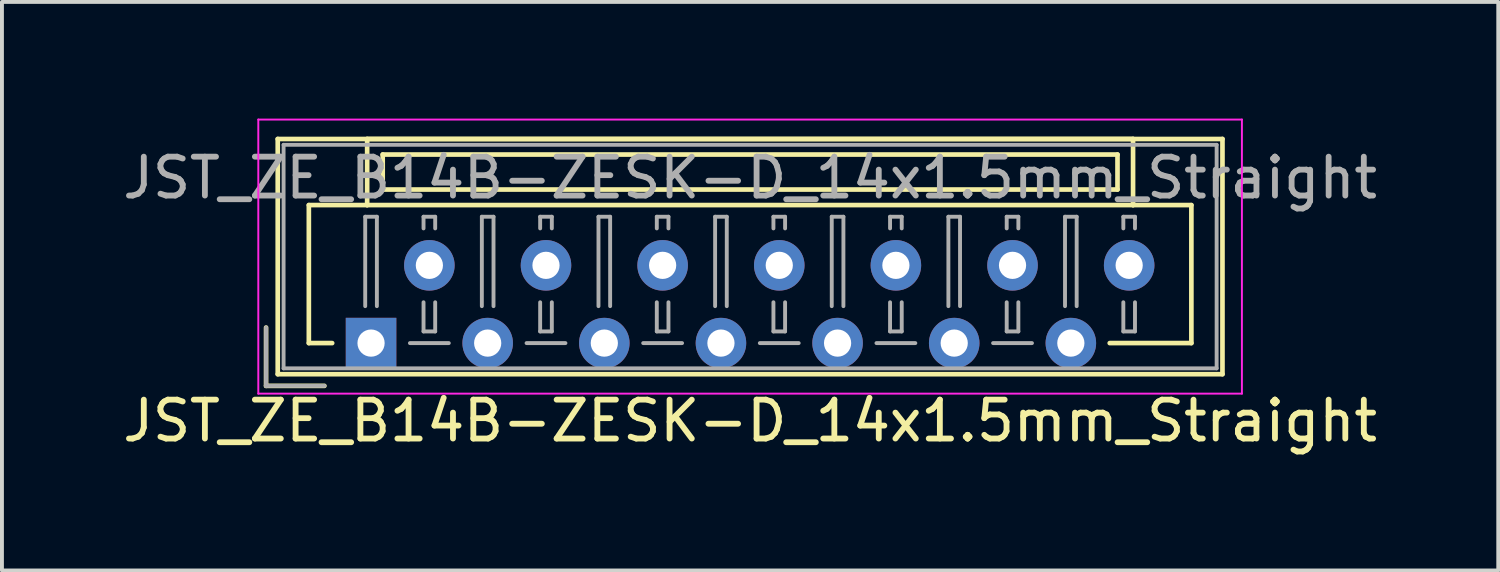
<source format=kicad_pcb>
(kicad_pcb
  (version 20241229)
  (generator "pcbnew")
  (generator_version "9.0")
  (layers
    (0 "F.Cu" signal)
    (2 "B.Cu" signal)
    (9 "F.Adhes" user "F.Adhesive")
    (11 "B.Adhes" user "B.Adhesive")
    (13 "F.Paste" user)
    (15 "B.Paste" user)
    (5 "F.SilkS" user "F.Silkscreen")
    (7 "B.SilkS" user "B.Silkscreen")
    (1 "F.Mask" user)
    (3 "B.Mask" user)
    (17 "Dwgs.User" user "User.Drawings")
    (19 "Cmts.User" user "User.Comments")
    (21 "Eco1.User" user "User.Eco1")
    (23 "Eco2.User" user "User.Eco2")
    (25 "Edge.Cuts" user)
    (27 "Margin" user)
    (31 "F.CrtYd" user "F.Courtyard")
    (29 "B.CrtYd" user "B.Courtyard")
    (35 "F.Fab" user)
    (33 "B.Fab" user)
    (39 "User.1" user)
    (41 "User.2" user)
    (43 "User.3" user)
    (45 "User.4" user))
  (footprint "JST_ZE_B14B-ZESK-D_14x1.5mm_Straight"
    (layer "F.Cu")
    (at 6.494 5.775)
    (property "Reference" "JST_ZE_B14B-ZESK-D_14x1.5mm_Straight" (at 9.75 2 0) (layer "F.SilkS") (effects (font (size 1 1) (thickness 0.15))))
    (attr through_hole)
    (fp_line (start -2.7 -0.4) (end -2.7 1.1) (stroke (width 0.12) (type solid)) (layer "F.SilkS"))
    (fp_line (start -2.7 1.1) (end -1.2 1.1) (stroke (width 0.12) (type solid)) (layer "F.SilkS"))
    (fp_line (start -2.4 -5.25) (end -2.4 0.8) (stroke (width 0.12) (type solid)) (layer "F.SilkS"))
    (fp_line (start -2.4 0.8) (end 21.9 0.8) (stroke (width 0.12) (type solid)) (layer "F.SilkS"))
    (fp_line (start -1.6 -3.55) (end -1.6 0) (stroke (width 0.12) (type solid)) (layer "F.SilkS"))
    (fp_line (start -1.6 0) (end -1 0) (stroke (width 0.12) (type solid)) (layer "F.SilkS"))
    (fp_line (start -0.1 -5.25) (end -0.1 -3.55) (stroke (width 0.12) (type solid)) (layer "F.SilkS"))
    (fp_line (start -0.1 -3.55) (end -1.6 -3.55) (stroke (width 0.12) (type solid)) (layer "F.SilkS"))
    (fp_line (start -0.1 -3.55) (end 19.6 -3.55) (stroke (width 0.12) (type solid)) (layer "F.SilkS"))
    (fp_line (start 0.3 -4.85) (end 0.3 -3.95) (stroke (width 0.12) (type solid)) (layer "F.SilkS"))
    (fp_line (start 0.3 -3.95) (end 19.2 -3.95) (stroke (width 0.12) (type solid)) (layer "F.SilkS"))
    (fp_line (start 19.2 -4.85) (end 0.3 -4.85) (stroke (width 0.12) (type solid)) (layer "F.SilkS"))
    (fp_line (start 19.2 -3.95) (end 19.2 -4.85) (stroke (width 0.12) (type solid)) (layer "F.SilkS"))
    (fp_line (start 19.6 -5.25) (end -0.1 -5.25) (stroke (width 0.12) (type solid)) (layer "F.SilkS"))
    (fp_line (start 19.6 -3.55) (end 19.6 -5.25) (stroke (width 0.12) (type solid)) (layer "F.SilkS"))
    (fp_line (start 19.6 -3.55) (end 21.1 -3.55) (stroke (width 0.12) (type solid)) (layer "F.SilkS"))
    (fp_line (start 21.1 -3.55) (end 21.1 0) (stroke (width 0.12) (type solid)) (layer "F.SilkS"))
    (fp_line (start 21.1 0) (end 19 0) (stroke (width 0.12) (type solid)) (layer "F.SilkS"))
    (fp_line (start 21.9 -5.25) (end -2.4 -5.25) (stroke (width 0.12) (type solid)) (layer "F.SilkS"))
    (fp_line (start 21.9 0.8) (end 21.9 -5.25) (stroke (width 0.12) (type solid)) (layer "F.SilkS"))
    (fp_line (start -2.9 -5.75) (end -2.9 1.3) (stroke (width 0.05) (type solid)) (layer "F.CrtYd"))
    (fp_line (start -2.9 1.3) (end 22.4 1.3) (stroke (width 0.05) (type solid)) (layer "F.CrtYd"))
    (fp_line (start 22.4 -5.75) (end -2.9 -5.75) (stroke (width 0.05) (type solid)) (layer "F.CrtYd"))
    (fp_line (start 22.4 1.3) (end 22.4 -5.75) (stroke (width 0.05) (type solid)) (layer "F.CrtYd"))
    (fp_line (start -2.7 -0.4) (end -2.7 1.1) (stroke (width 0.1) (type solid)) (layer "F.Fab"))
    (fp_line (start -2.7 1.1) (end -1.2 1.1) (stroke (width 0.1) (type solid)) (layer "F.Fab"))
    (fp_line (start -2.25 -5.1) (end -2.25 0.65) (stroke (width 0.1) (type solid)) (layer "F.Fab"))
    (fp_line (start -2.25 0.65) (end 21.75 0.65) (stroke (width 0.1) (type solid)) (layer "F.Fab"))
    (fp_line (start -0.15 -3.25) (end 0.15 -3.25) (stroke (width 0.1) (type solid)) (layer "F.Fab"))
    (fp_line (start -0.15 -0.95) (end -0.15 -3.25) (stroke (width 0.1) (type solid)) (layer "F.Fab"))
    (fp_line (start 0.15 -3.25) (end 0.15 -0.95) (stroke (width 0.1) (type solid)) (layer "F.Fab"))
    (fp_line (start 1 0) (end 2 0) (stroke (width 0.1) (type solid)) (layer "F.Fab"))
    (fp_line (start 1.35 -3.25) (end 1.65 -3.25) (stroke (width 0.1) (type solid)) (layer "F.Fab"))
    (fp_line (start 1.35 -2.95) (end 1.35 -3.25) (stroke (width 0.1) (type solid)) (layer "F.Fab"))
    (fp_line (start 1.35 -1.05) (end 1.35 -0.3) (stroke (width 0.1) (type solid)) (layer "F.Fab"))
    (fp_line (start 1.35 -0.3) (end 1.65 -0.3) (stroke (width 0.1) (type solid)) (layer "F.Fab"))
    (fp_line (start 1.65 -3.25) (end 1.65 -2.95) (stroke (width 0.1) (type solid)) (layer "F.Fab"))
    (fp_line (start 1.65 -0.3) (end 1.65 -1.05) (stroke (width 0.1) (type solid)) (layer "F.Fab"))
    (fp_line (start 2.85 -3.25) (end 3.15 -3.25) (stroke (width 0.1) (type solid)) (layer "F.Fab"))
    (fp_line (start 2.85 -0.95) (end 2.85 -3.25) (stroke (width 0.1) (type solid)) (layer "F.Fab"))
    (fp_line (start 3.15 -3.25) (end 3.15 -0.95) (stroke (width 0.1) (type solid)) (layer "F.Fab"))
    (fp_line (start 4 0) (end 5 0) (stroke (width 0.1) (type solid)) (layer "F.Fab"))
    (fp_line (start 4.35 -3.25) (end 4.65 -3.25) (stroke (width 0.1) (type solid)) (layer "F.Fab"))
    (fp_line (start 4.35 -2.95) (end 4.35 -3.25) (stroke (width 0.1) (type solid)) (layer "F.Fab"))
    (fp_line (start 4.35 -1.05) (end 4.35 -0.3) (stroke (width 0.1) (type solid)) (layer "F.Fab"))
    (fp_line (start 4.35 -0.3) (end 4.65 -0.3) (stroke (width 0.1) (type solid)) (layer "F.Fab"))
    (fp_line (start 4.65 -3.25) (end 4.65 -2.95) (stroke (width 0.1) (type solid)) (layer "F.Fab"))
    (fp_line (start 4.65 -0.3) (end 4.65 -1.05) (stroke (width 0.1) (type solid)) (layer "F.Fab"))
    (fp_line (start 5.85 -3.25) (end 6.15 -3.25) (stroke (width 0.1) (type solid)) (layer "F.Fab"))
    (fp_line (start 5.85 -0.95) (end 5.85 -3.25) (stroke (width 0.1) (type solid)) (layer "F.Fab"))
    (fp_line (start 6.15 -3.25) (end 6.15 -0.95) (stroke (width 0.1) (type solid)) (layer "F.Fab"))
    (fp_line (start 7 0) (end 8 0) (stroke (width 0.1) (type solid)) (layer "F.Fab"))
    (fp_line (start 7.35 -3.25) (end 7.65 -3.25) (stroke (width 0.1) (type solid)) (layer "F.Fab"))
    (fp_line (start 7.35 -2.95) (end 7.35 -3.25) (stroke (width 0.1) (type solid)) (layer "F.Fab"))
    (fp_line (start 7.35 -1.05) (end 7.35 -0.3) (stroke (width 0.1) (type solid)) (layer "F.Fab"))
    (fp_line (start 7.35 -0.3) (end 7.65 -0.3) (stroke (width 0.1) (type solid)) (layer "F.Fab"))
    (fp_line (start 7.65 -3.25) (end 7.65 -2.95) (stroke (width 0.1) (type solid)) (layer "F.Fab"))
    (fp_line (start 7.65 -0.3) (end 7.65 -1.05) (stroke (width 0.1) (type solid)) (layer "F.Fab"))
    (fp_line (start 8.85 -3.25) (end 9.15 -3.25) (stroke (width 0.1) (type solid)) (layer "F.Fab"))
    (fp_line (start 8.85 -0.95) (end 8.85 -3.25) (stroke (width 0.1) (type solid)) (layer "F.Fab"))
    (fp_line (start 9.15 -3.25) (end 9.15 -0.95) (stroke (width 0.1) (type solid)) (layer "F.Fab"))
    (fp_line (start 10 0) (end 11 0) (stroke (width 0.1) (type solid)) (layer "F.Fab"))
    (fp_line (start 10.35 -3.25) (end 10.65 -3.25) (stroke (width 0.1) (type solid)) (layer "F.Fab"))
    (fp_line (start 10.35 -2.95) (end 10.35 -3.25) (stroke (width 0.1) (type solid)) (layer "F.Fab"))
    (fp_line (start 10.35 -1.05) (end 10.35 -0.3) (stroke (width 0.1) (type solid)) (layer "F.Fab"))
    (fp_line (start 10.35 -0.3) (end 10.65 -0.3) (stroke (width 0.1) (type solid)) (layer "F.Fab"))
    (fp_line (start 10.65 -3.25) (end 10.65 -2.95) (stroke (width 0.1) (type solid)) (layer "F.Fab"))
    (fp_line (start 10.65 -0.3) (end 10.65 -1.05) (stroke (width 0.1) (type solid)) (layer "F.Fab"))
    (fp_line (start 11.85 -3.25) (end 12.15 -3.25) (stroke (width 0.1) (type solid)) (layer "F.Fab"))
    (fp_line (start 11.85 -0.95) (end 11.85 -3.25) (stroke (width 0.1) (type solid)) (layer "F.Fab"))
    (fp_line (start 12.15 -3.25) (end 12.15 -0.95) (stroke (width 0.1) (type solid)) (layer "F.Fab"))
    (fp_line (start 13 0) (end 14 0) (stroke (width 0.1) (type solid)) (layer "F.Fab"))
    (fp_line (start 13.35 -3.25) (end 13.65 -3.25) (stroke (width 0.1) (type solid)) (layer "F.Fab"))
    (fp_line (start 13.35 -2.95) (end 13.35 -3.25) (stroke (width 0.1) (type solid)) (layer "F.Fab"))
    (fp_line (start 13.35 -1.05) (end 13.35 -0.3) (stroke (width 0.1) (type solid)) (layer "F.Fab"))
    (fp_line (start 13.35 -0.3) (end 13.65 -0.3) (stroke (width 0.1) (type solid)) (layer "F.Fab"))
    (fp_line (start 13.65 -3.25) (end 13.65 -2.95) (stroke (width 0.1) (type solid)) (layer "F.Fab"))
    (fp_line (start 13.65 -0.3) (end 13.65 -1.05) (stroke (width 0.1) (type solid)) (layer "F.Fab"))
    (fp_line (start 14.85 -3.25) (end 15.15 -3.25) (stroke (width 0.1) (type solid)) (layer "F.Fab"))
    (fp_line (start 14.85 -0.95) (end 14.85 -3.25) (stroke (width 0.1) (type solid)) (layer "F.Fab"))
    (fp_line (start 15.15 -3.25) (end 15.15 -0.95) (stroke (width 0.1) (type solid)) (layer "F.Fab"))
    (fp_line (start 16 0) (end 17 0) (stroke (width 0.1) (type solid)) (layer "F.Fab"))
    (fp_line (start 16.35 -3.25) (end 16.65 -3.25) (stroke (width 0.1) (type solid)) (layer "F.Fab"))
    (fp_line (start 16.35 -2.95) (end 16.35 -3.25) (stroke (width 0.1) (type solid)) (layer "F.Fab"))
    (fp_line (start 16.35 -1.05) (end 16.35 -0.3) (stroke (width 0.1) (type solid)) (layer "F.Fab"))
    (fp_line (start 16.35 -0.3) (end 16.65 -0.3) (stroke (width 0.1) (type solid)) (layer "F.Fab"))
    (fp_line (start 16.65 -3.25) (end 16.65 -2.95) (stroke (width 0.1) (type solid)) (layer "F.Fab"))
    (fp_line (start 16.65 -0.3) (end 16.65 -1.05) (stroke (width 0.1) (type solid)) (layer "F.Fab"))
    (fp_line (start 17.85 -3.25) (end 18.15 -3.25) (stroke (width 0.1) (type solid)) (layer "F.Fab"))
    (fp_line (start 17.85 -0.95) (end 17.85 -3.25) (stroke (width 0.1) (type solid)) (layer "F.Fab"))
    (fp_line (start 18.15 -3.25) (end 18.15 -0.95) (stroke (width 0.1) (type solid)) (layer "F.Fab"))
    (fp_line (start 19.35 -3.25) (end 19.65 -3.25) (stroke (width 0.1) (type solid)) (layer "F.Fab"))
    (fp_line (start 19.35 -2.95) (end 19.35 -3.25) (stroke (width 0.1) (type solid)) (layer "F.Fab"))
    (fp_line (start 19.35 -1.05) (end 19.35 -0.3) (stroke (width 0.1) (type solid)) (layer "F.Fab"))
    (fp_line (start 19.35 -0.3) (end 19.65 -0.3) (stroke (width 0.1) (type solid)) (layer "F.Fab"))
    (fp_line (start 19.65 -3.25) (end 19.65 -2.95) (stroke (width 0.1) (type solid)) (layer "F.Fab"))
    (fp_line (start 19.65 -0.3) (end 19.65 -1.05) (stroke (width 0.1) (type solid)) (layer "F.Fab"))
    (fp_line (start 21.75 -5.1) (end -2.25 -5.1) (stroke (width 0.1) (type solid)) (layer "F.Fab"))
    (fp_line (start 21.75 0.65) (end 21.75 -5.1) (stroke (width 0.1) (type solid)) (layer "F.Fab"))
    (fp_text user "${REFERENCE}" (at 9.75 -4.25 0) (layer "F.Fab") (effects (font (size 1 1) (thickness 0.15))))
    (pad "1" thru_hole rect (at 0 0) (size 1.3 1.3) (drill 0.7) (layers "*.Cu" "*.Mask"))
    (pad "2" thru_hole circle (at 1.5 -2) (size 1.3 1.3) (drill 0.7) (layers "*.Cu" "*.Mask"))
    (pad "3" thru_hole circle (at 3 0) (size 1.3 1.3) (drill 0.7) (layers "*.Cu" "*.Mask"))
    (pad "4" thru_hole circle (at 4.5 -2) (size 1.3 1.3) (drill 0.7) (layers "*.Cu" "*.Mask"))
    (pad "5" thru_hole circle (at 6 0) (size 1.3 1.3) (drill 0.7) (layers "*.Cu" "*.Mask"))
    (pad "6" thru_hole circle (at 7.5 -2) (size 1.3 1.3) (drill 0.7) (layers "*.Cu" "*.Mask"))
    (pad "7" thru_hole circle (at 9 0) (size 1.3 1.3) (drill 0.7) (layers "*.Cu" "*.Mask"))
    (pad "8" thru_hole circle (at 10.5 -2) (size 1.3 1.3) (drill 0.7) (layers "*.Cu" "*.Mask"))
    (pad "9" thru_hole circle (at 12 0) (size 1.3 1.3) (drill 0.7) (layers "*.Cu" "*.Mask"))
    (pad "10" thru_hole circle (at 13.5 -2) (size 1.3 1.3) (drill 0.7) (layers "*.Cu" "*.Mask"))
    (pad "11" thru_hole circle (at 15 0) (size 1.3 1.3) (drill 0.7) (layers "*.Cu" "*.Mask"))
    (pad "12" thru_hole circle (at 16.5 -2) (size 1.3 1.3) (drill 0.7) (layers "*.Cu" "*.Mask"))
    (pad "13" thru_hole circle (at 18 0) (size 1.3 1.3) (drill 0.7) (layers "*.Cu" "*.Mask"))
    (pad "14" thru_hole circle (at 19.5 -2) (size 1.3 1.3) (drill 0.7) (layers "*.Cu" "*.Mask")))
  (gr_rect
    (start -3 -3)
    (end 35.488 11.623)
    (stroke (width 0.1) (type default))
    (fill no)
    (layer "Edge.Cuts")))
</source>
